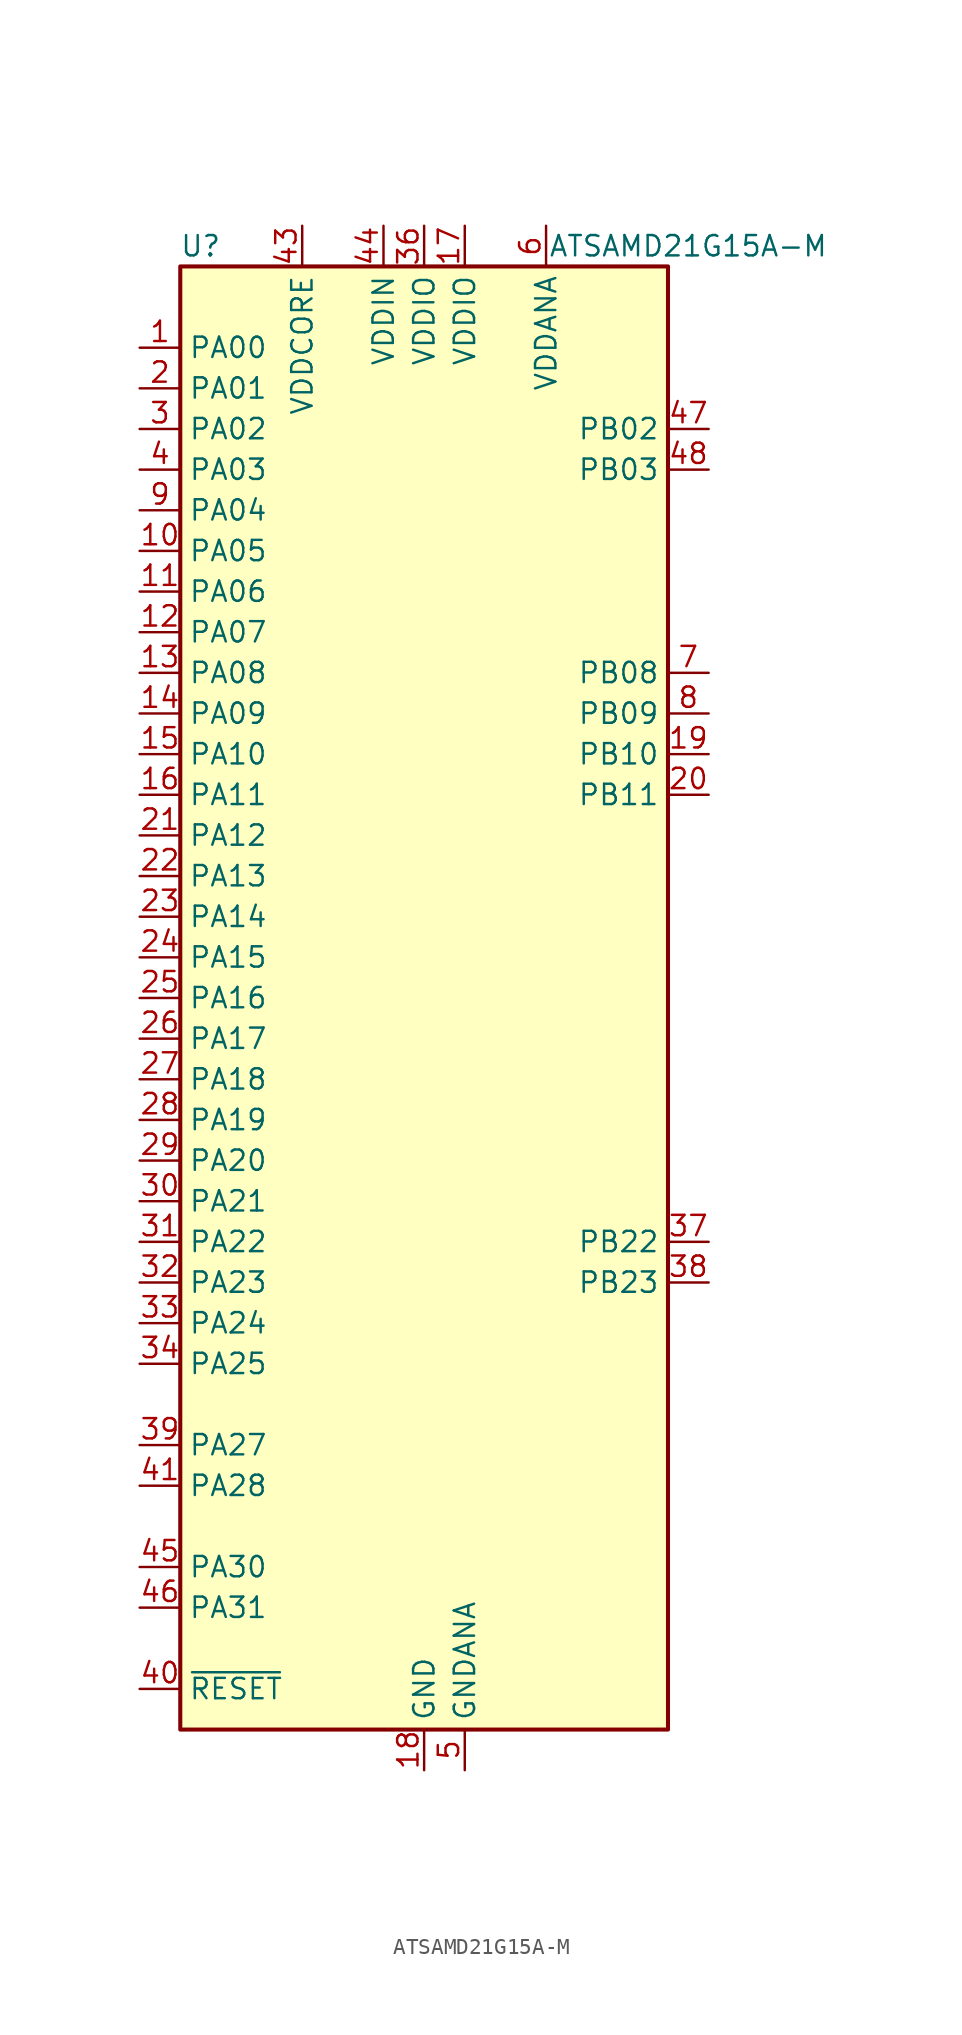
<source format=kicad_sym>
(kicad_symbol_lib
  (version 20200908)
  (generator kicad_symbol_editor)
  (symbol "MCU_Microchip_SAMD:ATSAMD21G15A-M"
    (property "Reference" "U"
      (at -13.97 46.99 0)
      (effects (font (size 1.27 1.27))))
    (property "Value" "ATSAMD21G15A-M"
      (at 16.51 46.99 0)
      (effects (font (size 1.27 1.27))))
    (symbol "ATSAMD21G15A-M_0_1"
      (rectangle (start -15.24 45.72) (end 15.24 -45.72) (stroke (width 0.254)) (fill (type background))))
    (symbol "ATSAMD21G15A-M_1_1"
      (pin bidirectional line (at -17.78 40.64 0) (length 2.54) (name "PA00" (effects (font (size 1.27 1.27)))) (number "1" (effects (font (size 1.27 1.27)))))
      (pin bidirectional line (at -17.78 27.94 0) (length 2.54) (name "PA05" (effects (font (size 1.27 1.27)))) (number "10" (effects (font (size 1.27 1.27)))))
      (pin bidirectional line (at -17.78 25.4 0) (length 2.54) (name "PA06" (effects (font (size 1.27 1.27)))) (number "11" (effects (font (size 1.27 1.27)))))
      (pin bidirectional line (at -17.78 22.86 0) (length 2.54) (name "PA07" (effects (font (size 1.27 1.27)))) (number "12" (effects (font (size 1.27 1.27)))))
      (pin bidirectional line (at -17.78 20.32 0) (length 2.54) (name "PA08" (effects (font (size 1.27 1.27)))) (number "13" (effects (font (size 1.27 1.27)))))
      (pin bidirectional line (at -17.78 17.78 0) (length 2.54) (name "PA09" (effects (font (size 1.27 1.27)))) (number "14" (effects (font (size 1.27 1.27)))))
      (pin bidirectional line (at -17.78 15.24 0) (length 2.54) (name "PA10" (effects (font (size 1.27 1.27)))) (number "15" (effects (font (size 1.27 1.27)))))
      (pin bidirectional line (at -17.78 12.7 0) (length 2.54) (name "PA11" (effects (font (size 1.27 1.27)))) (number "16" (effects (font (size 1.27 1.27)))))
      (pin power_in line (at 2.54 48.26 270) (length 2.54) (name "VDDIO" (effects (font (size 1.27 1.27)))) (number "17" (effects (font (size 1.27 1.27)))))
      (pin power_in line (at 0 -48.26 90) (length 2.54) (name "GND" (effects (font (size 1.27 1.27)))) (number "18" (effects (font (size 1.27 1.27)))))
      (pin bidirectional line (at 17.78 15.24 180) (length 2.54) (name "PB10" (effects (font (size 1.27 1.27)))) (number "19" (effects (font (size 1.27 1.27)))))
      (pin bidirectional line (at -17.78 38.1 0) (length 2.54) (name "PA01" (effects (font (size 1.27 1.27)))) (number "2" (effects (font (size 1.27 1.27)))))
      (pin bidirectional line (at 17.78 12.7 180) (length 2.54) (name "PB11" (effects (font (size 1.27 1.27)))) (number "20" (effects (font (size 1.27 1.27)))))
      (pin bidirectional line (at -17.78 10.16 0) (length 2.54) (name "PA12" (effects (font (size 1.27 1.27)))) (number "21" (effects (font (size 1.27 1.27)))))
      (pin bidirectional line (at -17.78 7.62 0) (length 2.54) (name "PA13" (effects (font (size 1.27 1.27)))) (number "22" (effects (font (size 1.27 1.27)))))
      (pin bidirectional line (at -17.78 5.08 0) (length 2.54) (name "PA14" (effects (font (size 1.27 1.27)))) (number "23" (effects (font (size 1.27 1.27)))))
      (pin bidirectional line (at -17.78 2.54 0) (length 2.54) (name "PA15" (effects (font (size 1.27 1.27)))) (number "24" (effects (font (size 1.27 1.27)))))
      (pin bidirectional line (at -17.78 0 0) (length 2.54) (name "PA16" (effects (font (size 1.27 1.27)))) (number "25" (effects (font (size 1.27 1.27)))))
      (pin bidirectional line (at -17.78 -2.54 0) (length 2.54) (name "PA17" (effects (font (size 1.27 1.27)))) (number "26" (effects (font (size 1.27 1.27)))))
      (pin bidirectional line (at -17.78 -5.08 0) (length 2.54) (name "PA18" (effects (font (size 1.27 1.27)))) (number "27" (effects (font (size 1.27 1.27)))))
      (pin bidirectional line (at -17.78 -7.62 0) (length 2.54) (name "PA19" (effects (font (size 1.27 1.27)))) (number "28" (effects (font (size 1.27 1.27)))))
      (pin bidirectional line (at -17.78 -10.16 0) (length 2.54) (name "PA20" (effects (font (size 1.27 1.27)))) (number "29" (effects (font (size 1.27 1.27)))))
      (pin bidirectional line (at -17.78 35.56 0) (length 2.54) (name "PA02" (effects (font (size 1.27 1.27)))) (number "3" (effects (font (size 1.27 1.27)))))
      (pin bidirectional line (at -17.78 -12.7 0) (length 2.54) (name "PA21" (effects (font (size 1.27 1.27)))) (number "30" (effects (font (size 1.27 1.27)))))
      (pin bidirectional line (at -17.78 -15.24 0) (length 2.54) (name "PA22" (effects (font (size 1.27 1.27)))) (number "31" (effects (font (size 1.27 1.27)))))
      (pin bidirectional line (at -17.78 -17.78 0) (length 2.54) (name "PA23" (effects (font (size 1.27 1.27)))) (number "32" (effects (font (size 1.27 1.27)))))
      (pin bidirectional line (at -17.78 -20.32 0) (length 2.54) (name "PA24" (effects (font (size 1.27 1.27)))) (number "33" (effects (font (size 1.27 1.27)))))
      (pin bidirectional line (at -17.78 -22.86 0) (length 2.54) (name "PA25" (effects (font (size 1.27 1.27)))) (number "34" (effects (font (size 1.27 1.27)))))
      (pin passive line (at 0 -48.26 90) (length 2.54) hide (name "GND" (effects (font (size 1.27 1.27)))) (number "35" (effects (font (size 1.27 1.27)))))
      (pin power_in line (at 0 48.26 270) (length 2.54) (name "VDDIO" (effects (font (size 1.27 1.27)))) (number "36" (effects (font (size 1.27 1.27)))))
      (pin bidirectional line (at 17.78 -15.24 180) (length 2.54) (name "PB22" (effects (font (size 1.27 1.27)))) (number "37" (effects (font (size 1.27 1.27)))))
      (pin bidirectional line (at 17.78 -17.78 180) (length 2.54) (name "PB23" (effects (font (size 1.27 1.27)))) (number "38" (effects (font (size 1.27 1.27)))))
      (pin bidirectional line (at -17.78 -27.94 0) (length 2.54) (name "PA27" (effects (font (size 1.27 1.27)))) (number "39" (effects (font (size 1.27 1.27)))))
      (pin bidirectional line (at -17.78 33.02 0) (length 2.54) (name "PA03" (effects (font (size 1.27 1.27)))) (number "4" (effects (font (size 1.27 1.27)))))
      (pin input line (at -17.78 -43.18 0) (length 2.54) (name "~RESET" (effects (font (size 1.27 1.27)))) (number "40" (effects (font (size 1.27 1.27)))))
      (pin bidirectional line (at -17.78 -30.48 0) (length 2.54) (name "PA28" (effects (font (size 1.27 1.27)))) (number "41" (effects (font (size 1.27 1.27)))))
      (pin passive line (at 0 -48.26 90) (length 2.54) hide (name "GND" (effects (font (size 1.27 1.27)))) (number "42" (effects (font (size 1.27 1.27)))))
      (pin power_out line (at -7.62 48.26 270) (length 2.54) (name "VDDCORE" (effects (font (size 1.27 1.27)))) (number "43" (effects (font (size 1.27 1.27)))))
      (pin power_in line (at -2.54 48.26 270) (length 2.54) (name "VDDIN" (effects (font (size 1.27 1.27)))) (number "44" (effects (font (size 1.27 1.27)))))
      (pin bidirectional line (at -17.78 -35.56 0) (length 2.54) (name "PA30" (effects (font (size 1.27 1.27)))) (number "45" (effects (font (size 1.27 1.27)))))
      (pin bidirectional line (at -17.78 -38.1 0) (length 2.54) (name "PA31" (effects (font (size 1.27 1.27)))) (number "46" (effects (font (size 1.27 1.27)))))
      (pin bidirectional line (at 17.78 35.56 180) (length 2.54) (name "PB02" (effects (font (size 1.27 1.27)))) (number "47" (effects (font (size 1.27 1.27)))))
      (pin bidirectional line (at 17.78 33.02 180) (length 2.54) (name "PB03" (effects (font (size 1.27 1.27)))) (number "48" (effects (font (size 1.27 1.27)))))
      (pin unconnected line (at 15.24 -43.18 180) (length 2.54) hide (name "EP" (effects (font (size 1.27 1.27)))) (number "49" (effects (font (size 1.27 1.27)))))
      (pin power_in line (at 2.54 -48.26 90) (length 2.54) (name "GNDANA" (effects (font (size 1.27 1.27)))) (number "5" (effects (font (size 1.27 1.27)))))
      (pin power_in line (at 7.62 48.26 270) (length 2.54) (name "VDDANA" (effects (font (size 1.27 1.27)))) (number "6" (effects (font (size 1.27 1.27)))))
      (pin bidirectional line (at 17.78 20.32 180) (length 2.54) (name "PB08" (effects (font (size 1.27 1.27)))) (number "7" (effects (font (size 1.27 1.27)))))
      (pin bidirectional line (at 17.78 17.78 180) (length 2.54) (name "PB09" (effects (font (size 1.27 1.27)))) (number "8" (effects (font (size 1.27 1.27)))))
      (pin bidirectional line (at -17.78 30.48 0) (length 2.54) (name "PA04" (effects (font (size 1.27 1.27)))) (number "9" (effects (font (size 1.27 1.27))))))))
</source>
